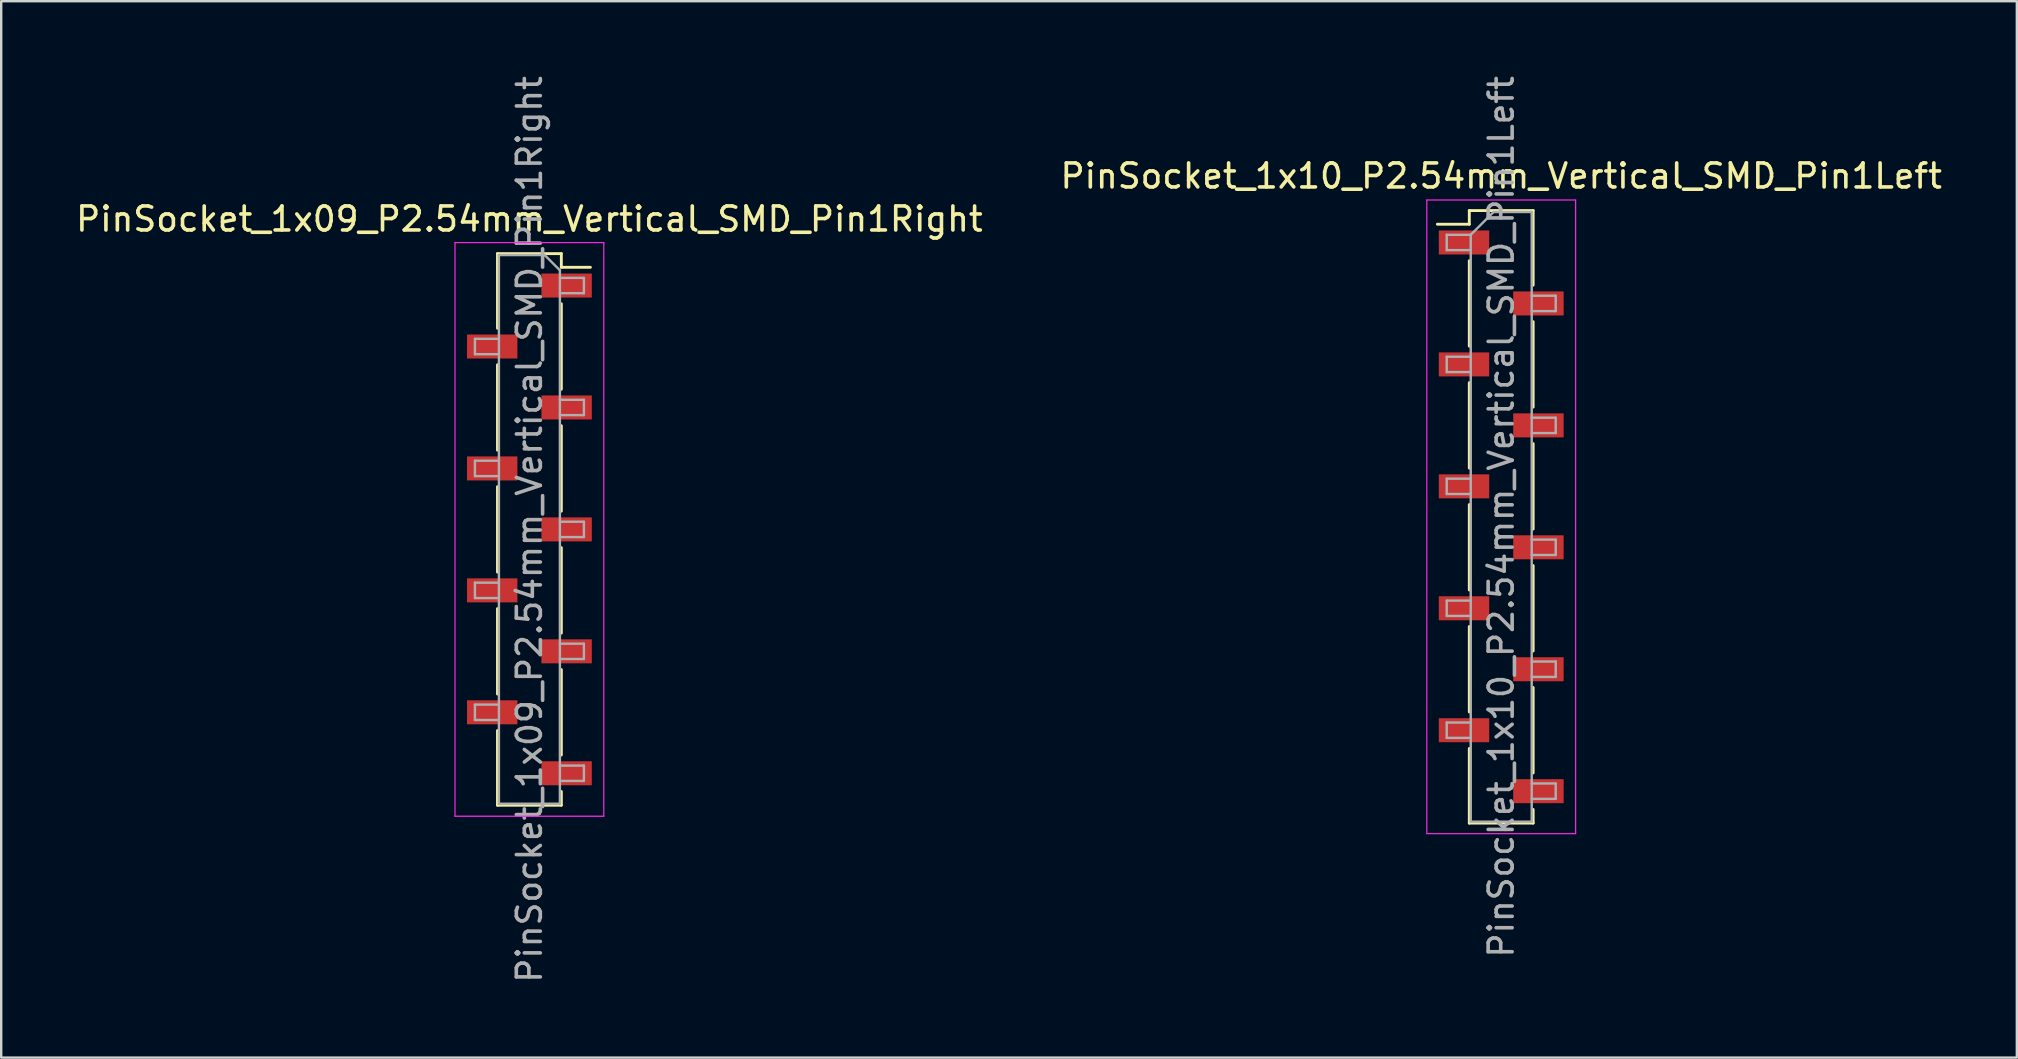
<source format=kicad_pcb>
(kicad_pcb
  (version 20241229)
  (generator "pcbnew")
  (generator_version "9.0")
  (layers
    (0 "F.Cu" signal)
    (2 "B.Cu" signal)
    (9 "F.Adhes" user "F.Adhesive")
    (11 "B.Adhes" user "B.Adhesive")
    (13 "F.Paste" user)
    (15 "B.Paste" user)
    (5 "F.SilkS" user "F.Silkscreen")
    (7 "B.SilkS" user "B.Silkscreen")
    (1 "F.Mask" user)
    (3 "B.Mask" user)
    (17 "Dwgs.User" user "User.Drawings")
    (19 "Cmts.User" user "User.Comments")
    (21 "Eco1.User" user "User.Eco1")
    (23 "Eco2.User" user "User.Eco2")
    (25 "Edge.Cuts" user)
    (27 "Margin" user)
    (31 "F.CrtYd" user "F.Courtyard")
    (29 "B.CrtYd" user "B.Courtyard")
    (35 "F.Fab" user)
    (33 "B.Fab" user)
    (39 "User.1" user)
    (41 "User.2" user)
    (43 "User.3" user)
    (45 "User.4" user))
  (footprint "PinSocket_1x09_P2.54mm_Vertical_SMD_Pin1Right"
    (layer "F.Cu")
    (at 19.006 19.006)
    (property "Reference" "PinSocket_1x09_P2.54mm_Vertical_SMD_Pin1Right" (at 0 -12.93 0) (layer "F.SilkS") (effects (font (size 1 1) (thickness 0.15))))
    (attr smd)
    (fp_line (start -1.33 -11.49) (end -1.33 -8.38) (stroke (width 0.12) (type solid)) (layer "F.SilkS"))
    (fp_line (start -1.33 -11.49) (end 1.33 -11.49) (stroke (width 0.12) (type solid)) (layer "F.SilkS"))
    (fp_line (start -1.33 -6.86) (end -1.33 -3.3) (stroke (width 0.12) (type solid)) (layer "F.SilkS"))
    (fp_line (start -1.33 -1.78) (end -1.33 1.78) (stroke (width 0.12) (type solid)) (layer "F.SilkS"))
    (fp_line (start -1.33 3.3) (end -1.33 6.86) (stroke (width 0.12) (type solid)) (layer "F.SilkS"))
    (fp_line (start -1.33 8.38) (end -1.33 11.49) (stroke (width 0.12) (type solid)) (layer "F.SilkS"))
    (fp_line (start -1.33 11.49) (end 1.33 11.49) (stroke (width 0.12) (type solid)) (layer "F.SilkS"))
    (fp_line (start 1.33 -11.49) (end 1.33 -10.92) (stroke (width 0.12) (type solid)) (layer "F.SilkS"))
    (fp_line (start 1.33 -10.92) (end 2.54 -10.92) (stroke (width 0.12) (type solid)) (layer "F.SilkS"))
    (fp_line (start 1.33 -9.4) (end 1.33 -5.84) (stroke (width 0.12) (type solid)) (layer "F.SilkS"))
    (fp_line (start 1.33 -4.32) (end 1.33 -0.76) (stroke (width 0.12) (type solid)) (layer "F.SilkS"))
    (fp_line (start 1.33 0.76) (end 1.33 4.32) (stroke (width 0.12) (type solid)) (layer "F.SilkS"))
    (fp_line (start 1.33 5.84) (end 1.33 9.4) (stroke (width 0.12) (type solid)) (layer "F.SilkS"))
    (fp_line (start 1.33 10.92) (end 1.33 11.49) (stroke (width 0.12) (type solid)) (layer "F.SilkS"))
    (fp_line (start -3.1 -11.95) (end 3.1 -11.95) (stroke (width 0.05) (type solid)) (layer "F.CrtYd"))
    (fp_line (start -3.1 11.95) (end -3.1 -11.95) (stroke (width 0.05) (type solid)) (layer "F.CrtYd"))
    (fp_line (start 3.1 -11.95) (end 3.1 11.95) (stroke (width 0.05) (type solid)) (layer "F.CrtYd"))
    (fp_line (start 3.1 11.95) (end -3.1 11.95) (stroke (width 0.05) (type solid)) (layer "F.CrtYd"))
    (fp_line (start -2.27 -7.94) (end -1.27 -7.94) (stroke (width 0.1) (type solid)) (layer "F.Fab"))
    (fp_line (start -2.27 -7.3) (end -2.27 -7.94) (stroke (width 0.1) (type solid)) (layer "F.Fab"))
    (fp_line (start -2.27 -2.86) (end -1.27 -2.86) (stroke (width 0.1) (type solid)) (layer "F.Fab"))
    (fp_line (start -2.27 -2.22) (end -2.27 -2.86) (stroke (width 0.1) (type solid)) (layer "F.Fab"))
    (fp_line (start -2.27 2.22) (end -1.27 2.22) (stroke (width 0.1) (type solid)) (layer "F.Fab"))
    (fp_line (start -2.27 2.86) (end -2.27 2.22) (stroke (width 0.1) (type solid)) (layer "F.Fab"))
    (fp_line (start -2.27 7.3) (end -1.27 7.3) (stroke (width 0.1) (type solid)) (layer "F.Fab"))
    (fp_line (start -2.27 7.94) (end -2.27 7.3) (stroke (width 0.1) (type solid)) (layer "F.Fab"))
    (fp_line (start -1.27 -11.43) (end 0.635 -11.43) (stroke (width 0.1) (type solid)) (layer "F.Fab"))
    (fp_line (start -1.27 -7.3) (end -2.27 -7.3) (stroke (width 0.1) (type solid)) (layer "F.Fab"))
    (fp_line (start -1.27 -2.22) (end -2.27 -2.22) (stroke (width 0.1) (type solid)) (layer "F.Fab"))
    (fp_line (start -1.27 2.86) (end -2.27 2.86) (stroke (width 0.1) (type solid)) (layer "F.Fab"))
    (fp_line (start -1.27 7.94) (end -2.27 7.94) (stroke (width 0.1) (type solid)) (layer "F.Fab"))
    (fp_line (start -1.27 11.43) (end -1.27 -11.43) (stroke (width 0.1) (type solid)) (layer "F.Fab"))
    (fp_line (start 0.635 -11.43) (end 1.27 -10.795) (stroke (width 0.1) (type solid)) (layer "F.Fab"))
    (fp_line (start 1.27 -10.795) (end 1.27 11.43) (stroke (width 0.1) (type solid)) (layer "F.Fab"))
    (fp_line (start 1.27 -10.48) (end 2.27 -10.48) (stroke (width 0.1) (type solid)) (layer "F.Fab"))
    (fp_line (start 1.27 -5.4) (end 2.27 -5.4) (stroke (width 0.1) (type solid)) (layer "F.Fab"))
    (fp_line (start 1.27 -0.32) (end 2.27 -0.32) (stroke (width 0.1) (type solid)) (layer "F.Fab"))
    (fp_line (start 1.27 4.76) (end 2.27 4.76) (stroke (width 0.1) (type solid)) (layer "F.Fab"))
    (fp_line (start 1.27 9.84) (end 2.27 9.84) (stroke (width 0.1) (type solid)) (layer "F.Fab"))
    (fp_line (start 1.27 11.43) (end -1.27 11.43) (stroke (width 0.1) (type solid)) (layer "F.Fab"))
    (fp_line (start 2.27 -10.48) (end 2.27 -9.84) (stroke (width 0.1) (type solid)) (layer "F.Fab"))
    (fp_line (start 2.27 -9.84) (end 1.27 -9.84) (stroke (width 0.1) (type solid)) (layer "F.Fab"))
    (fp_line (start 2.27 -5.4) (end 2.27 -4.76) (stroke (width 0.1) (type solid)) (layer "F.Fab"))
    (fp_line (start 2.27 -4.76) (end 1.27 -4.76) (stroke (width 0.1) (type solid)) (layer "F.Fab"))
    (fp_line (start 2.27 -0.32) (end 2.27 0.32) (stroke (width 0.1) (type solid)) (layer "F.Fab"))
    (fp_line (start 2.27 0.32) (end 1.27 0.32) (stroke (width 0.1) (type solid)) (layer "F.Fab"))
    (fp_line (start 2.27 4.76) (end 2.27 5.4) (stroke (width 0.1) (type solid)) (layer "F.Fab"))
    (fp_line (start 2.27 5.4) (end 1.27 5.4) (stroke (width 0.1) (type solid)) (layer "F.Fab"))
    (fp_line (start 2.27 9.84) (end 2.27 10.48) (stroke (width 0.1) (type solid)) (layer "F.Fab"))
    (fp_line (start 2.27 10.48) (end 1.27 10.48) (stroke (width 0.1) (type solid)) (layer "F.Fab"))
    (fp_text user "${REFERENCE}" (at 0 0 90) (layer "F.Fab") (effects (font (size 1 1) (thickness 0.15))))
    (pad "1" smd rect (at 1.55 -10.16) (size 2.1 1) (layers "F.Cu" "F.Mask" "F.Paste"))
    (pad "2" smd rect (at -1.55 -7.62) (size 2.1 1) (layers "F.Cu" "F.Mask" "F.Paste"))
    (pad "3" smd rect (at 1.55 -5.08) (size 2.1 1) (layers "F.Cu" "F.Mask" "F.Paste"))
    (pad "4" smd rect (at -1.55 -2.54) (size 2.1 1) (layers "F.Cu" "F.Mask" "F.Paste"))
    (pad "5" smd rect (at 1.55 0) (size 2.1 1) (layers "F.Cu" "F.Mask" "F.Paste"))
    (pad "6" smd rect (at -1.55 2.54) (size 2.1 1) (layers "F.Cu" "F.Mask" "F.Paste"))
    (pad "7" smd rect (at 1.55 5.08) (size 2.1 1) (layers "F.Cu" "F.Mask" "F.Paste"))
    (pad "8" smd rect (at -1.55 7.62) (size 2.1 1) (layers "F.Cu" "F.Mask" "F.Paste"))
    (pad "9" smd rect (at 1.55 10.16) (size 2.1 1) (layers "F.Cu" "F.Mask" "F.Paste")))
  (footprint "PinSocket_1x10_P2.54mm_Vertical_SMD_Pin1Left"
    (layer "F.Cu")
    (at 59.494 18.482)
    (property "Reference" "PinSocket_1x10_P2.54mm_Vertical_SMD_Pin1Left" (at 0 -14.2 0) (layer "F.SilkS") (effects (font (size 1 1) (thickness 0.15))))
    (attr smd)
    (fp_line (start -2.66 -12.19) (end -1.33 -12.19) (stroke (width 0.12) (type solid)) (layer "F.SilkS"))
    (fp_line (start -1.33 -12.76) (end 1.33 -12.76) (stroke (width 0.12) (type solid)) (layer "F.SilkS"))
    (fp_line (start -1.33 -12.19) (end -1.33 -12.76) (stroke (width 0.12) (type solid)) (layer "F.SilkS"))
    (fp_line (start -1.33 -10.67) (end -1.33 -7.11) (stroke (width 0.12) (type solid)) (layer "F.SilkS"))
    (fp_line (start -1.33 -5.59) (end -1.33 -2.03) (stroke (width 0.12) (type solid)) (layer "F.SilkS"))
    (fp_line (start -1.33 -0.51) (end -1.33 3.05) (stroke (width 0.12) (type solid)) (layer "F.SilkS"))
    (fp_line (start -1.33 4.57) (end -1.33 8.13) (stroke (width 0.12) (type solid)) (layer "F.SilkS"))
    (fp_line (start -1.33 9.65) (end -1.33 12.76) (stroke (width 0.12) (type solid)) (layer "F.SilkS"))
    (fp_line (start 1.33 -12.76) (end 1.33 -9.65) (stroke (width 0.12) (type solid)) (layer "F.SilkS"))
    (fp_line (start 1.33 -8.13) (end 1.33 -4.57) (stroke (width 0.12) (type solid)) (layer "F.SilkS"))
    (fp_line (start 1.33 -3.05) (end 1.33 0.51) (stroke (width 0.12) (type solid)) (layer "F.SilkS"))
    (fp_line (start 1.33 2.03) (end 1.33 5.59) (stroke (width 0.12) (type solid)) (layer "F.SilkS"))
    (fp_line (start 1.33 7.11) (end 1.33 10.67) (stroke (width 0.12) (type solid)) (layer "F.SilkS"))
    (fp_line (start 1.33 12.19) (end 1.33 12.76) (stroke (width 0.12) (type solid)) (layer "F.SilkS"))
    (fp_line (start 1.33 12.76) (end -1.33 12.76) (stroke (width 0.12) (type solid)) (layer "F.SilkS"))
    (fp_line (start -3.1 -13.2) (end 3.1 -13.2) (stroke (width 0.05) (type solid)) (layer "F.CrtYd"))
    (fp_line (start -3.1 13.2) (end -3.1 -13.2) (stroke (width 0.05) (type solid)) (layer "F.CrtYd"))
    (fp_line (start 3.1 -13.2) (end 3.1 13.2) (stroke (width 0.05) (type solid)) (layer "F.CrtYd"))
    (fp_line (start 3.1 13.2) (end -3.1 13.2) (stroke (width 0.05) (type solid)) (layer "F.CrtYd"))
    (fp_line (start -2.27 -11.75) (end -1.27 -11.75) (stroke (width 0.1) (type solid)) (layer "F.Fab"))
    (fp_line (start -2.27 -11.11) (end -2.27 -11.75) (stroke (width 0.1) (type solid)) (layer "F.Fab"))
    (fp_line (start -2.27 -6.67) (end -1.27 -6.67) (stroke (width 0.1) (type solid)) (layer "F.Fab"))
    (fp_line (start -2.27 -6.03) (end -2.27 -6.67) (stroke (width 0.1) (type solid)) (layer "F.Fab"))
    (fp_line (start -2.27 -1.59) (end -1.27 -1.59) (stroke (width 0.1) (type solid)) (layer "F.Fab"))
    (fp_line (start -2.27 -0.95) (end -2.27 -1.59) (stroke (width 0.1) (type solid)) (layer "F.Fab"))
    (fp_line (start -2.27 3.49) (end -1.27 3.49) (stroke (width 0.1) (type solid)) (layer "F.Fab"))
    (fp_line (start -2.27 4.13) (end -2.27 3.49) (stroke (width 0.1) (type solid)) (layer "F.Fab"))
    (fp_line (start -2.27 8.57) (end -1.27 8.57) (stroke (width 0.1) (type solid)) (layer "F.Fab"))
    (fp_line (start -2.27 9.21) (end -2.27 8.57) (stroke (width 0.1) (type solid)) (layer "F.Fab"))
    (fp_line (start -1.27 -11.75) (end -0.32 -12.7) (stroke (width 0.1) (type solid)) (layer "F.Fab"))
    (fp_line (start -1.27 -11.11) (end -2.27 -11.11) (stroke (width 0.1) (type solid)) (layer "F.Fab"))
    (fp_line (start -1.27 -6.03) (end -2.27 -6.03) (stroke (width 0.1) (type solid)) (layer "F.Fab"))
    (fp_line (start -1.27 -0.95) (end -2.27 -0.95) (stroke (width 0.1) (type solid)) (layer "F.Fab"))
    (fp_line (start -1.27 4.13) (end -2.27 4.13) (stroke (width 0.1) (type solid)) (layer "F.Fab"))
    (fp_line (start -1.27 9.21) (end -2.27 9.21) (stroke (width 0.1) (type solid)) (layer "F.Fab"))
    (fp_line (start -1.27 12.7) (end -1.27 -11.75) (stroke (width 0.1) (type solid)) (layer "F.Fab"))
    (fp_line (start -0.32 -12.7) (end 1.27 -12.7) (stroke (width 0.1) (type solid)) (layer "F.Fab"))
    (fp_line (start 1.27 -12.7) (end 1.27 12.7) (stroke (width 0.1) (type solid)) (layer "F.Fab"))
    (fp_line (start 1.27 -9.21) (end 2.27 -9.21) (stroke (width 0.1) (type solid)) (layer "F.Fab"))
    (fp_line (start 1.27 -4.13) (end 2.27 -4.13) (stroke (width 0.1) (type solid)) (layer "F.Fab"))
    (fp_line (start 1.27 0.95) (end 2.27 0.95) (stroke (width 0.1) (type solid)) (layer "F.Fab"))
    (fp_line (start 1.27 6.03) (end 2.27 6.03) (stroke (width 0.1) (type solid)) (layer "F.Fab"))
    (fp_line (start 1.27 11.11) (end 2.27 11.11) (stroke (width 0.1) (type solid)) (layer "F.Fab"))
    (fp_line (start 1.27 12.7) (end -1.27 12.7) (stroke (width 0.1) (type solid)) (layer "F.Fab"))
    (fp_line (start 2.27 -9.21) (end 2.27 -8.57) (stroke (width 0.1) (type solid)) (layer "F.Fab"))
    (fp_line (start 2.27 -8.57) (end 1.27 -8.57) (stroke (width 0.1) (type solid)) (layer "F.Fab"))
    (fp_line (start 2.27 -4.13) (end 2.27 -3.49) (stroke (width 0.1) (type solid)) (layer "F.Fab"))
    (fp_line (start 2.27 -3.49) (end 1.27 -3.49) (stroke (width 0.1) (type solid)) (layer "F.Fab"))
    (fp_line (start 2.27 0.95) (end 2.27 1.59) (stroke (width 0.1) (type solid)) (layer "F.Fab"))
    (fp_line (start 2.27 1.59) (end 1.27 1.59) (stroke (width 0.1) (type solid)) (layer "F.Fab"))
    (fp_line (start 2.27 6.03) (end 2.27 6.67) (stroke (width 0.1) (type solid)) (layer "F.Fab"))
    (fp_line (start 2.27 6.67) (end 1.27 6.67) (stroke (width 0.1) (type solid)) (layer "F.Fab"))
    (fp_line (start 2.27 11.11) (end 2.27 11.75) (stroke (width 0.1) (type solid)) (layer "F.Fab"))
    (fp_line (start 2.27 11.75) (end 1.27 11.75) (stroke (width 0.1) (type solid)) (layer "F.Fab"))
    (fp_text user "${REFERENCE}" (at 0 0 90) (layer "F.Fab") (effects (font (size 1 1) (thickness 0.15))))
    (pad "1" smd rect (at -1.55 -11.43) (size 2.1 1) (layers "F.Cu" "F.Mask" "F.Paste"))
    (pad "2" smd rect (at 1.55 -8.89) (size 2.1 1) (layers "F.Cu" "F.Mask" "F.Paste"))
    (pad "3" smd rect (at -1.55 -6.35) (size 2.1 1) (layers "F.Cu" "F.Mask" "F.Paste"))
    (pad "4" smd rect (at 1.55 -3.81) (size 2.1 1) (layers "F.Cu" "F.Mask" "F.Paste"))
    (pad "5" smd rect (at -1.55 -1.27) (size 2.1 1) (layers "F.Cu" "F.Mask" "F.Paste"))
    (pad "6" smd rect (at 1.55 1.27) (size 2.1 1) (layers "F.Cu" "F.Mask" "F.Paste"))
    (pad "7" smd rect (at -1.55 3.81) (size 2.1 1) (layers "F.Cu" "F.Mask" "F.Paste"))
    (pad "8" smd rect (at 1.55 6.35) (size 2.1 1) (layers "F.Cu" "F.Mask" "F.Paste"))
    (pad "9" smd rect (at -1.55 8.89) (size 2.1 1) (layers "F.Cu" "F.Mask" "F.Paste"))
    (pad "10" smd rect (at 1.55 11.43) (size 2.1 1) (layers "F.Cu" "F.Mask" "F.Paste")))
  (gr_rect
    (start -3 -3)
    (end 80.976 41.012)
    (stroke (width 0.1) (type default))
    (fill no)
    (layer "Edge.Cuts")))
</source>
